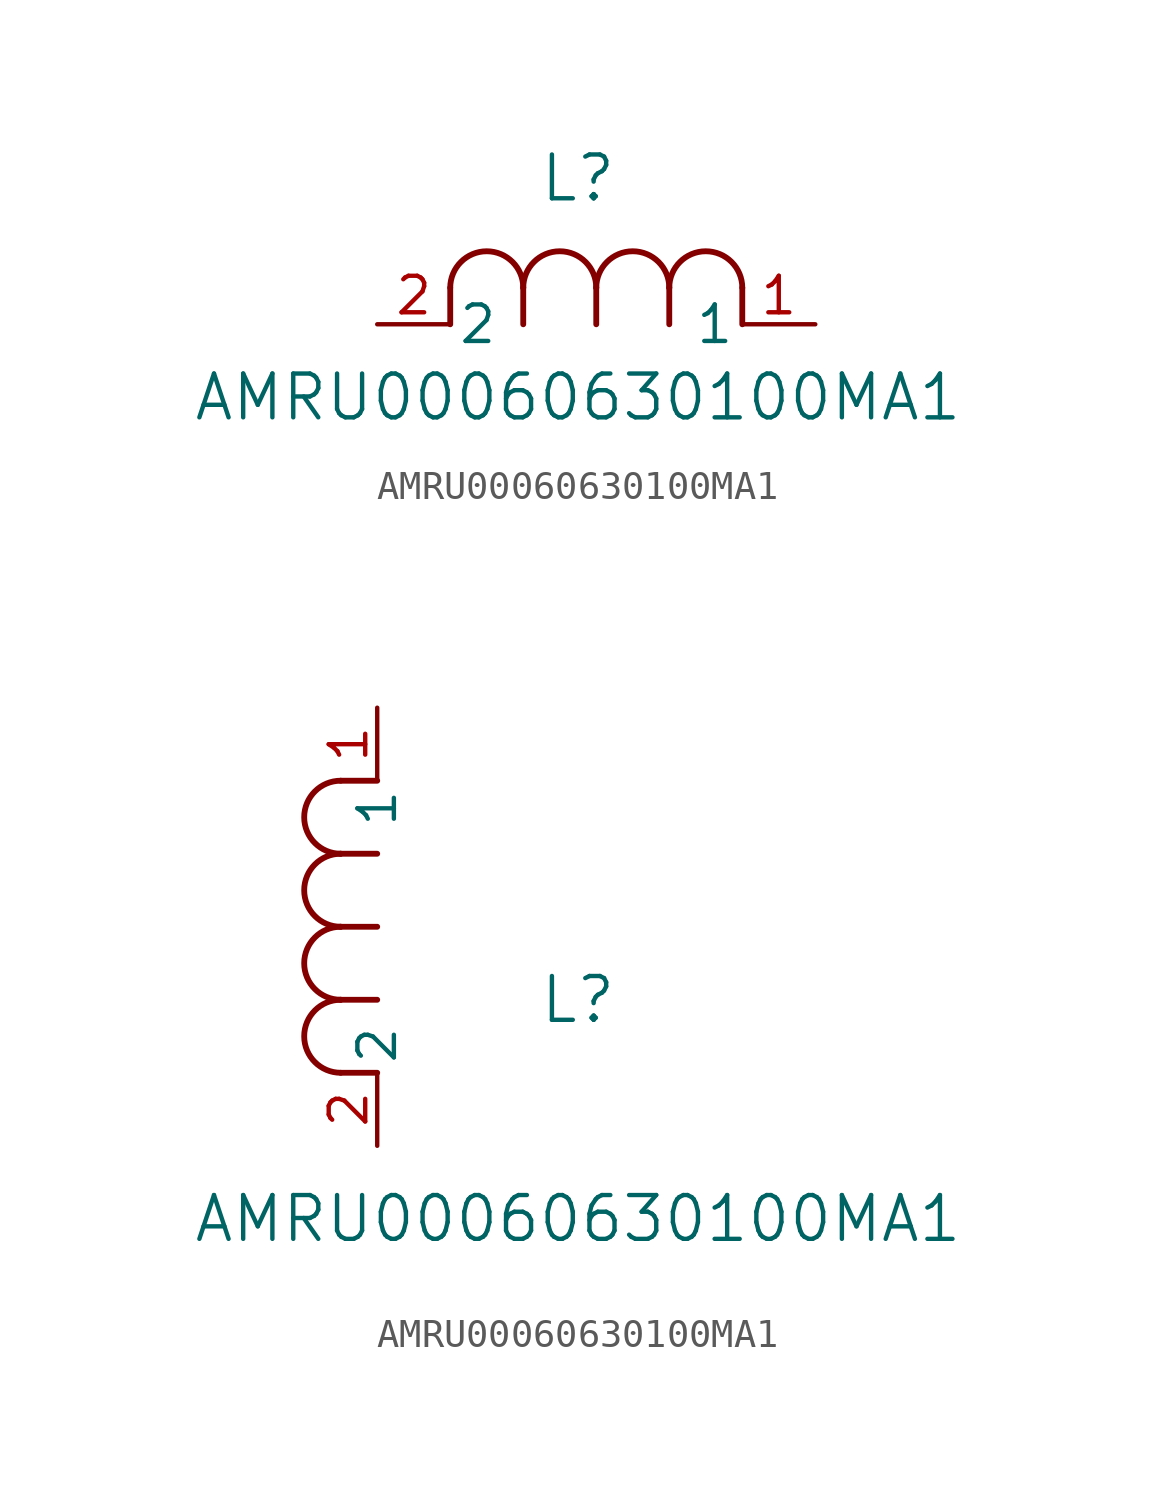
<source format=kicad_sym>
(kicad_symbol_lib
  (version 20211014)
  (generator kicad_symbol_editor)
  (symbol "AMRU00060630100MA1"
    (pin_names
      (offset 0.254))
    (property "Reference" "L"
      (at 6.985 5.08 0)
      (effects (font (size 1.524 1.524))))
    (property "Value" "AMRU00060630100MA1"
      (at 6.985 -2.54 0)
      (effects (font (size 1.524 1.524))))
    (symbol "AMRU00060630100MA1_1_1"
      (arc (start 7.62 1.27) (mid 6.35 2.54) (end 5.08 1.27) (stroke (width 0.2032) (type default) (color 0 0 0 0)) (fill (type none)))
      (polyline (pts (xy 5.08 0) (xy 5.08 1.27)) (stroke (width 0.203) (type default) (color 0 0 0 0)) (fill (type none)))
      (polyline (pts (xy 7.62 0) (xy 7.62 1.27)) (stroke (width 0.203) (type default) (color 0 0 0 0)) (fill (type none)))
      (polyline (pts (xy 12.7 0) (xy 12.7 1.27)) (stroke (width 0.203) (type default) (color 0 0 0 0)) (fill (type none)))
      (arc (start 5.08 1.27) (mid 3.81 2.54) (end 2.54 1.27) (stroke (width 0.2032) (type default) (color 0 0 0 0)) (fill (type none)))
      (arc (start 10.16 1.27) (mid 8.89 2.54) (end 7.62 1.27) (stroke (width 0.2032) (type default) (color 0 0 0 0)) (fill (type none)))
      (arc (start 12.7 1.27) (mid 11.43 2.54) (end 10.16 1.27) (stroke (width 0.2032) (type default) (color 0 0 0 0)) (fill (type none)))
      (polyline (pts (xy 2.54 0) (xy 2.54 1.27)) (stroke (width 0.203) (type default) (color 0 0 0 0)) (fill (type none)))
      (polyline (pts (xy 10.16 0) (xy 10.16 1.27)) (stroke (width 0.203) (type default) (color 0 0 0 0)) (fill (type none)))
      (pin unspecified line (at 0 0 0) (length 2.54) (name "2" (effects (font (size 1.27 1.27)))) (number "2" (effects (font (size 1.27 1.27)))))
      (pin unspecified line (at 15.24 0 180) (length 2.54) (name "1" (effects (font (size 1.27 1.27)))) (number "1" (effects (font (size 1.27 1.27))))))
    (symbol "AMRU00060630100MA1_1_2"
      (arc (start -1.27 7.62) (mid -2.54 6.35) (end -1.27 5.08) (stroke (width 0.2032) (type default) (color 0 0 0 0)) (fill (type none)))
      (arc (start -1.27 5.08) (mid -2.54 3.81) (end -1.27 2.54) (stroke (width 0.2032) (type default) (color 0 0 0 0)) (fill (type none)))
      (arc (start -1.27 12.7) (mid -2.54 11.43) (end -1.27 10.16) (stroke (width 0.2032) (type default) (color 0 0 0 0)) (fill (type none)))
      (arc (start -1.27 10.16) (mid -2.54 8.89) (end -1.27 7.62) (stroke (width 0.2032) (type default) (color 0 0 0 0)) (fill (type none)))
      (polyline (pts (xy 0 7.62) (xy -1.27 7.62)) (stroke (width 0.203) (type default) (color 0 0 0 0)) (fill (type none)))
      (polyline (pts (xy 0 5.08) (xy -1.27 5.08)) (stroke (width 0.203) (type default) (color 0 0 0 0)) (fill (type none)))
      (polyline (pts (xy 0 12.7) (xy -1.27 12.7)) (stroke (width 0.203) (type default) (color 0 0 0 0)) (fill (type none)))
      (polyline (pts (xy 0 2.54) (xy -1.27 2.54)) (stroke (width 0.203) (type default) (color 0 0 0 0)) (fill (type none)))
      (polyline (pts (xy 0 10.16) (xy -1.27 10.16)) (stroke (width 0.203) (type default) (color 0 0 0 0)) (fill (type none)))
      (pin unspecified line (at 0 0 90) (length 2.54) (name "2" (effects (font (size 1.27 1.27)))) (number "2" (effects (font (size 1.27 1.27)))))
      (pin unspecified line (at 0 15.24 270) (length 2.54) (name "1" (effects (font (size 1.27 1.27)))) (number "1" (effects (font (size 1.27 1.27))))))))
</source>
